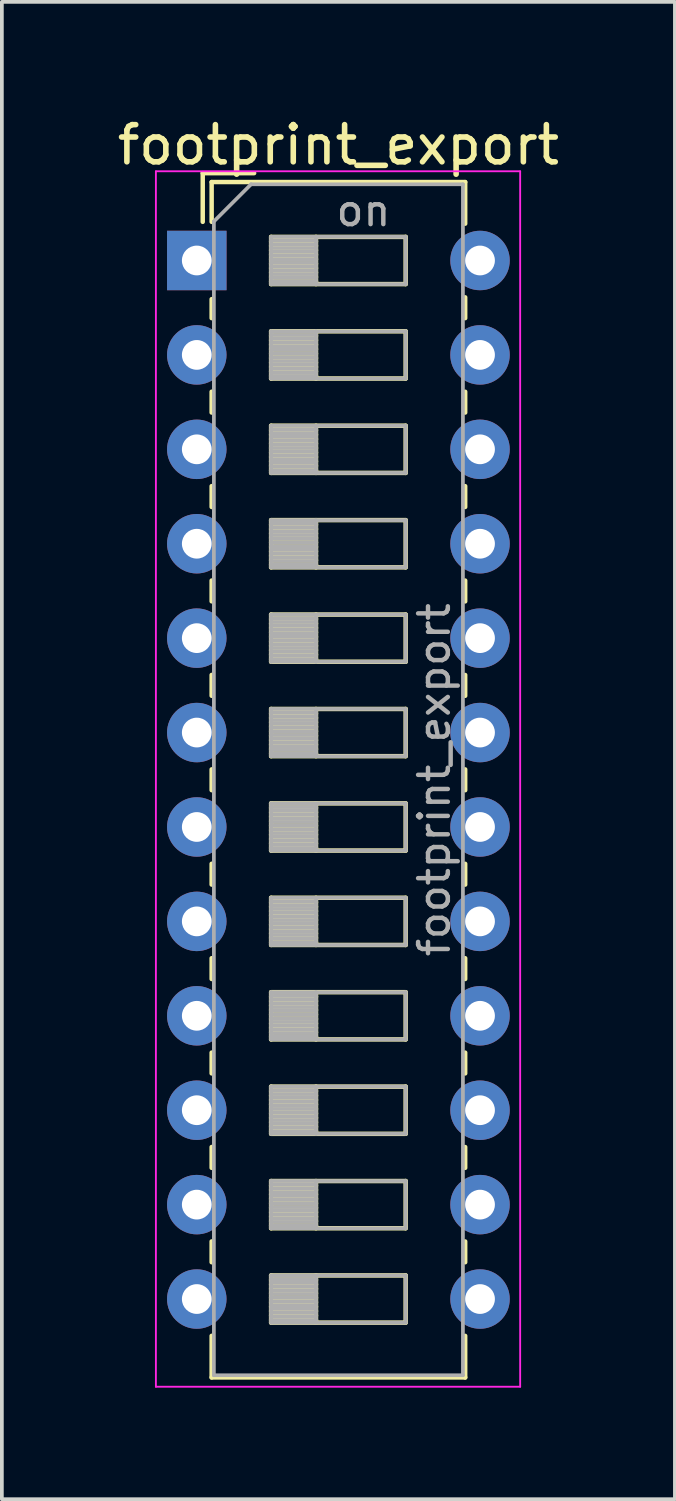
<source format=kicad_pcb>
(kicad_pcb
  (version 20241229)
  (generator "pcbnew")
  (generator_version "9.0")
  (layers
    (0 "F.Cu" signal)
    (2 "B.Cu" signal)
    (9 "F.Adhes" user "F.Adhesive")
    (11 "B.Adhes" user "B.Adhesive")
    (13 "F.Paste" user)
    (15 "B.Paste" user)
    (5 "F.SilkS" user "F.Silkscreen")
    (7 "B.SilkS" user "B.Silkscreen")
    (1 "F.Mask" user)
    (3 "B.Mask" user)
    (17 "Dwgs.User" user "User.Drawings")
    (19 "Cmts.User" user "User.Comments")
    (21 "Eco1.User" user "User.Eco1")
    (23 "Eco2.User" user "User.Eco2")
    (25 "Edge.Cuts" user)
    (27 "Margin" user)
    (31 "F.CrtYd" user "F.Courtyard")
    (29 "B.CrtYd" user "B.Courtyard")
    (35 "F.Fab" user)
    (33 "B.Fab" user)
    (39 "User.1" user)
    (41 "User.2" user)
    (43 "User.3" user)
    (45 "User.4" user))
  (footprint "footprint_export"
    (layer "F.Cu")
    (at 2.244 3.958)
    (property "Reference" "footprint_export" (at 3.81 -3.11 0) (layer "F.SilkS") (effects (font (size 1 1) (thickness 0.15))))
    (attr through_hole)
    (fp_line (start 0.16 -2.35) (end 0.16 -1.04) (stroke (width 0.12) (type solid)) (layer "F.SilkS"))
    (fp_line (start 0.16 -2.35) (end 1.543 -2.35) (stroke (width 0.12) (type solid)) (layer "F.SilkS"))
    (fp_line (start 0.4 -2.11) (end 0.4 -1.04) (stroke (width 0.12) (type solid)) (layer "F.SilkS"))
    (fp_line (start 0.4 -2.11) (end 7.221 -2.11) (stroke (width 0.12) (type solid)) (layer "F.SilkS"))
    (fp_line (start 0.4 1.04) (end 0.4 1.551) (stroke (width 0.12) (type solid)) (layer "F.SilkS"))
    (fp_line (start 0.4 3.53) (end 0.4 4.091) (stroke (width 0.12) (type solid)) (layer "F.SilkS"))
    (fp_line (start 0.4 6.07) (end 0.4 6.631) (stroke (width 0.12) (type solid)) (layer "F.SilkS"))
    (fp_line (start 0.4 8.61) (end 0.4 9.17) (stroke (width 0.12) (type solid)) (layer "F.SilkS"))
    (fp_line (start 0.4 11.15) (end 0.4 11.71) (stroke (width 0.12) (type solid)) (layer "F.SilkS"))
    (fp_line (start 0.4 13.69) (end 0.4 14.25) (stroke (width 0.12) (type solid)) (layer "F.SilkS"))
    (fp_line (start 0.4 16.23) (end 0.4 16.79) (stroke (width 0.12) (type solid)) (layer "F.SilkS"))
    (fp_line (start 0.4 18.77) (end 0.4 19.33) (stroke (width 0.12) (type solid)) (layer "F.SilkS"))
    (fp_line (start 0.4 21.31) (end 0.4 21.87) (stroke (width 0.12) (type solid)) (layer "F.SilkS"))
    (fp_line (start 0.4 23.85) (end 0.4 24.41) (stroke (width 0.12) (type solid)) (layer "F.SilkS"))
    (fp_line (start 0.4 26.39) (end 0.4 26.95) (stroke (width 0.12) (type solid)) (layer "F.SilkS"))
    (fp_line (start 0.4 28.93) (end 0.4 30.05) (stroke (width 0.12) (type solid)) (layer "F.SilkS"))
    (fp_line (start 0.4 30.05) (end 7.221 30.05) (stroke (width 0.12) (type solid)) (layer "F.SilkS"))
    (fp_line (start 2 -0.635) (end 2 0.635) (stroke (width 0.12) (type solid)) (layer "F.SilkS"))
    (fp_line (start 2 -0.515) (end 3.207 -0.515) (stroke (width 0.12) (type solid)) (layer "F.SilkS"))
    (fp_line (start 2 -0.395) (end 3.207 -0.395) (stroke (width 0.12) (type solid)) (layer "F.SilkS"))
    (fp_line (start 2 -0.275) (end 3.207 -0.275) (stroke (width 0.12) (type solid)) (layer "F.SilkS"))
    (fp_line (start 2 -0.155) (end 3.207 -0.155) (stroke (width 0.12) (type solid)) (layer "F.SilkS"))
    (fp_line (start 2 -0.035) (end 3.207 -0.035) (stroke (width 0.12) (type solid)) (layer "F.SilkS"))
    (fp_line (start 2 0.085) (end 3.207 0.085) (stroke (width 0.12) (type solid)) (layer "F.SilkS"))
    (fp_line (start 2 0.205) (end 3.207 0.205) (stroke (width 0.12) (type solid)) (layer "F.SilkS"))
    (fp_line (start 2 0.325) (end 3.207 0.325) (stroke (width 0.12) (type solid)) (layer "F.SilkS"))
    (fp_line (start 2 0.445) (end 3.207 0.445) (stroke (width 0.12) (type solid)) (layer "F.SilkS"))
    (fp_line (start 2 0.565) (end 3.207 0.565) (stroke (width 0.12) (type solid)) (layer "F.SilkS"))
    (fp_line (start 2 0.635) (end 5.62 0.635) (stroke (width 0.12) (type solid)) (layer "F.SilkS"))
    (fp_line (start 2 1.905) (end 2 3.175) (stroke (width 0.12) (type solid)) (layer "F.SilkS"))
    (fp_line (start 2 2.025) (end 3.207 2.025) (stroke (width 0.12) (type solid)) (layer "F.SilkS"))
    (fp_line (start 2 2.145) (end 3.207 2.145) (stroke (width 0.12) (type solid)) (layer "F.SilkS"))
    (fp_line (start 2 2.265) (end 3.207 2.265) (stroke (width 0.12) (type solid)) (layer "F.SilkS"))
    (fp_line (start 2 2.385) (end 3.207 2.385) (stroke (width 0.12) (type solid)) (layer "F.SilkS"))
    (fp_line (start 2 2.505) (end 3.207 2.505) (stroke (width 0.12) (type solid)) (layer "F.SilkS"))
    (fp_line (start 2 2.625) (end 3.207 2.625) (stroke (width 0.12) (type solid)) (layer "F.SilkS"))
    (fp_line (start 2 2.745) (end 3.207 2.745) (stroke (width 0.12) (type solid)) (layer "F.SilkS"))
    (fp_line (start 2 2.865) (end 3.207 2.865) (stroke (width 0.12) (type solid)) (layer "F.SilkS"))
    (fp_line (start 2 2.985) (end 3.207 2.985) (stroke (width 0.12) (type solid)) (layer "F.SilkS"))
    (fp_line (start 2 3.105) (end 3.207 3.105) (stroke (width 0.12) (type solid)) (layer "F.SilkS"))
    (fp_line (start 2 3.175) (end 5.62 3.175) (stroke (width 0.12) (type solid)) (layer "F.SilkS"))
    (fp_line (start 2 4.445) (end 2 5.715) (stroke (width 0.12) (type solid)) (layer "F.SilkS"))
    (fp_line (start 2 4.565) (end 3.207 4.565) (stroke (width 0.12) (type solid)) (layer "F.SilkS"))
    (fp_line (start 2 4.685) (end 3.207 4.685) (stroke (width 0.12) (type solid)) (layer "F.SilkS"))
    (fp_line (start 2 4.805) (end 3.207 4.805) (stroke (width 0.12) (type solid)) (layer "F.SilkS"))
    (fp_line (start 2 4.925) (end 3.207 4.925) (stroke (width 0.12) (type solid)) (layer "F.SilkS"))
    (fp_line (start 2 5.045) (end 3.207 5.045) (stroke (width 0.12) (type solid)) (layer "F.SilkS"))
    (fp_line (start 2 5.165) (end 3.207 5.165) (stroke (width 0.12) (type solid)) (layer "F.SilkS"))
    (fp_line (start 2 5.285) (end 3.207 5.285) (stroke (width 0.12) (type solid)) (layer "F.SilkS"))
    (fp_line (start 2 5.405) (end 3.207 5.405) (stroke (width 0.12) (type solid)) (layer "F.SilkS"))
    (fp_line (start 2 5.525) (end 3.207 5.525) (stroke (width 0.12) (type solid)) (layer "F.SilkS"))
    (fp_line (start 2 5.645) (end 3.207 5.645) (stroke (width 0.12) (type solid)) (layer "F.SilkS"))
    (fp_line (start 2 5.715) (end 5.62 5.715) (stroke (width 0.12) (type solid)) (layer "F.SilkS"))
    (fp_line (start 2 6.985) (end 2 8.255) (stroke (width 0.12) (type solid)) (layer "F.SilkS"))
    (fp_line (start 2 7.105) (end 3.207 7.105) (stroke (width 0.12) (type solid)) (layer "F.SilkS"))
    (fp_line (start 2 7.225) (end 3.207 7.225) (stroke (width 0.12) (type solid)) (layer "F.SilkS"))
    (fp_line (start 2 7.345) (end 3.207 7.345) (stroke (width 0.12) (type solid)) (layer "F.SilkS"))
    (fp_line (start 2 7.465) (end 3.207 7.465) (stroke (width 0.12) (type solid)) (layer "F.SilkS"))
    (fp_line (start 2 7.585) (end 3.207 7.585) (stroke (width 0.12) (type solid)) (layer "F.SilkS"))
    (fp_line (start 2 7.705) (end 3.207 7.705) (stroke (width 0.12) (type solid)) (layer "F.SilkS"))
    (fp_line (start 2 7.825) (end 3.207 7.825) (stroke (width 0.12) (type solid)) (layer "F.SilkS"))
    (fp_line (start 2 7.945) (end 3.207 7.945) (stroke (width 0.12) (type solid)) (layer "F.SilkS"))
    (fp_line (start 2 8.065) (end 3.207 8.065) (stroke (width 0.12) (type solid)) (layer "F.SilkS"))
    (fp_line (start 2 8.185) (end 3.207 8.185) (stroke (width 0.12) (type solid)) (layer "F.SilkS"))
    (fp_line (start 2 8.255) (end 5.62 8.255) (stroke (width 0.12) (type solid)) (layer "F.SilkS"))
    (fp_line (start 2 9.525) (end 2 10.795) (stroke (width 0.12) (type solid)) (layer "F.SilkS"))
    (fp_line (start 2 9.645) (end 3.207 9.645) (stroke (width 0.12) (type solid)) (layer "F.SilkS"))
    (fp_line (start 2 9.765) (end 3.207 9.765) (stroke (width 0.12) (type solid)) (layer "F.SilkS"))
    (fp_line (start 2 9.885) (end 3.207 9.885) (stroke (width 0.12) (type solid)) (layer "F.SilkS"))
    (fp_line (start 2 10.005) (end 3.207 10.005) (stroke (width 0.12) (type solid)) (layer "F.SilkS"))
    (fp_line (start 2 10.125) (end 3.207 10.125) (stroke (width 0.12) (type solid)) (layer "F.SilkS"))
    (fp_line (start 2 10.245) (end 3.207 10.245) (stroke (width 0.12) (type solid)) (layer "F.SilkS"))
    (fp_line (start 2 10.365) (end 3.207 10.365) (stroke (width 0.12) (type solid)) (layer "F.SilkS"))
    (fp_line (start 2 10.485) (end 3.207 10.485) (stroke (width 0.12) (type solid)) (layer "F.SilkS"))
    (fp_line (start 2 10.605) (end 3.207 10.605) (stroke (width 0.12) (type solid)) (layer "F.SilkS"))
    (fp_line (start 2 10.725) (end 3.207 10.725) (stroke (width 0.12) (type solid)) (layer "F.SilkS"))
    (fp_line (start 2 10.795) (end 5.62 10.795) (stroke (width 0.12) (type solid)) (layer "F.SilkS"))
    (fp_line (start 2 12.065) (end 2 13.335) (stroke (width 0.12) (type solid)) (layer "F.SilkS"))
    (fp_line (start 2 12.185) (end 3.207 12.185) (stroke (width 0.12) (type solid)) (layer "F.SilkS"))
    (fp_line (start 2 12.305) (end 3.207 12.305) (stroke (width 0.12) (type solid)) (layer "F.SilkS"))
    (fp_line (start 2 12.425) (end 3.207 12.425) (stroke (width 0.12) (type solid)) (layer "F.SilkS"))
    (fp_line (start 2 12.545) (end 3.207 12.545) (stroke (width 0.12) (type solid)) (layer "F.SilkS"))
    (fp_line (start 2 12.665) (end 3.207 12.665) (stroke (width 0.12) (type solid)) (layer "F.SilkS"))
    (fp_line (start 2 12.785) (end 3.207 12.785) (stroke (width 0.12) (type solid)) (layer "F.SilkS"))
    (fp_line (start 2 12.905) (end 3.207 12.905) (stroke (width 0.12) (type solid)) (layer "F.SilkS"))
    (fp_line (start 2 13.025) (end 3.207 13.025) (stroke (width 0.12) (type solid)) (layer "F.SilkS"))
    (fp_line (start 2 13.145) (end 3.207 13.145) (stroke (width 0.12) (type solid)) (layer "F.SilkS"))
    (fp_line (start 2 13.265) (end 3.207 13.265) (stroke (width 0.12) (type solid)) (layer "F.SilkS"))
    (fp_line (start 2 13.335) (end 5.62 13.335) (stroke (width 0.12) (type solid)) (layer "F.SilkS"))
    (fp_line (start 2 14.605) (end 2 15.875) (stroke (width 0.12) (type solid)) (layer "F.SilkS"))
    (fp_line (start 2 14.725) (end 3.207 14.725) (stroke (width 0.12) (type solid)) (layer "F.SilkS"))
    (fp_line (start 2 14.845) (end 3.207 14.845) (stroke (width 0.12) (type solid)) (layer "F.SilkS"))
    (fp_line (start 2 14.965) (end 3.207 14.965) (stroke (width 0.12) (type solid)) (layer "F.SilkS"))
    (fp_line (start 2 15.085) (end 3.207 15.085) (stroke (width 0.12) (type solid)) (layer "F.SilkS"))
    (fp_line (start 2 15.205) (end 3.207 15.205) (stroke (width 0.12) (type solid)) (layer "F.SilkS"))
    (fp_line (start 2 15.325) (end 3.207 15.325) (stroke (width 0.12) (type solid)) (layer "F.SilkS"))
    (fp_line (start 2 15.445) (end 3.207 15.445) (stroke (width 0.12) (type solid)) (layer "F.SilkS"))
    (fp_line (start 2 15.565) (end 3.207 15.565) (stroke (width 0.12) (type solid)) (layer "F.SilkS"))
    (fp_line (start 2 15.685) (end 3.207 15.685) (stroke (width 0.12) (type solid)) (layer "F.SilkS"))
    (fp_line (start 2 15.805) (end 3.207 15.805) (stroke (width 0.12) (type solid)) (layer "F.SilkS"))
    (fp_line (start 2 15.875) (end 5.62 15.875) (stroke (width 0.12) (type solid)) (layer "F.SilkS"))
    (fp_line (start 2 17.145) (end 2 18.415) (stroke (width 0.12) (type solid)) (layer "F.SilkS"))
    (fp_line (start 2 17.265) (end 3.207 17.265) (stroke (width 0.12) (type solid)) (layer "F.SilkS"))
    (fp_line (start 2 17.385) (end 3.207 17.385) (stroke (width 0.12) (type solid)) (layer "F.SilkS"))
    (fp_line (start 2 17.505) (end 3.207 17.505) (stroke (width 0.12) (type solid)) (layer "F.SilkS"))
    (fp_line (start 2 17.625) (end 3.207 17.625) (stroke (width 0.12) (type solid)) (layer "F.SilkS"))
    (fp_line (start 2 17.745) (end 3.207 17.745) (stroke (width 0.12) (type solid)) (layer "F.SilkS"))
    (fp_line (start 2 17.865) (end 3.207 17.865) (stroke (width 0.12) (type solid)) (layer "F.SilkS"))
    (fp_line (start 2 17.985) (end 3.207 17.985) (stroke (width 0.12) (type solid)) (layer "F.SilkS"))
    (fp_line (start 2 18.105) (end 3.207 18.105) (stroke (width 0.12) (type solid)) (layer "F.SilkS"))
    (fp_line (start 2 18.225) (end 3.207 18.225) (stroke (width 0.12) (type solid)) (layer "F.SilkS"))
    (fp_line (start 2 18.345) (end 3.207 18.345) (stroke (width 0.12) (type solid)) (layer "F.SilkS"))
    (fp_line (start 2 18.415) (end 5.62 18.415) (stroke (width 0.12) (type solid)) (layer "F.SilkS"))
    (fp_line (start 2 19.685) (end 2 20.955) (stroke (width 0.12) (type solid)) (layer "F.SilkS"))
    (fp_line (start 2 19.805) (end 3.207 19.805) (stroke (width 0.12) (type solid)) (layer "F.SilkS"))
    (fp_line (start 2 19.925) (end 3.207 19.925) (stroke (width 0.12) (type solid)) (layer "F.SilkS"))
    (fp_line (start 2 20.045) (end 3.207 20.045) (stroke (width 0.12) (type solid)) (layer "F.SilkS"))
    (fp_line (start 2 20.165) (end 3.207 20.165) (stroke (width 0.12) (type solid)) (layer "F.SilkS"))
    (fp_line (start 2 20.285) (end 3.207 20.285) (stroke (width 0.12) (type solid)) (layer "F.SilkS"))
    (fp_line (start 2 20.405) (end 3.207 20.405) (stroke (width 0.12) (type solid)) (layer "F.SilkS"))
    (fp_line (start 2 20.525) (end 3.207 20.525) (stroke (width 0.12) (type solid)) (layer "F.SilkS"))
    (fp_line (start 2 20.645) (end 3.207 20.645) (stroke (width 0.12) (type solid)) (layer "F.SilkS"))
    (fp_line (start 2 20.765) (end 3.207 20.765) (stroke (width 0.12) (type solid)) (layer "F.SilkS"))
    (fp_line (start 2 20.885) (end 3.207 20.885) (stroke (width 0.12) (type solid)) (layer "F.SilkS"))
    (fp_line (start 2 20.955) (end 5.62 20.955) (stroke (width 0.12) (type solid)) (layer "F.SilkS"))
    (fp_line (start 2 22.225) (end 2 23.495) (stroke (width 0.12) (type solid)) (layer "F.SilkS"))
    (fp_line (start 2 22.345) (end 3.207 22.345) (stroke (width 0.12) (type solid)) (layer "F.SilkS"))
    (fp_line (start 2 22.465) (end 3.207 22.465) (stroke (width 0.12) (type solid)) (layer "F.SilkS"))
    (fp_line (start 2 22.585) (end 3.207 22.585) (stroke (width 0.12) (type solid)) (layer "F.SilkS"))
    (fp_line (start 2 22.705) (end 3.207 22.705) (stroke (width 0.12) (type solid)) (layer "F.SilkS"))
    (fp_line (start 2 22.825) (end 3.207 22.825) (stroke (width 0.12) (type solid)) (layer "F.SilkS"))
    (fp_line (start 2 22.945) (end 3.207 22.945) (stroke (width 0.12) (type solid)) (layer "F.SilkS"))
    (fp_line (start 2 23.065) (end 3.207 23.065) (stroke (width 0.12) (type solid)) (layer "F.SilkS"))
    (fp_line (start 2 23.185) (end 3.207 23.185) (stroke (width 0.12) (type solid)) (layer "F.SilkS"))
    (fp_line (start 2 23.305) (end 3.207 23.305) (stroke (width 0.12) (type solid)) (layer "F.SilkS"))
    (fp_line (start 2 23.425) (end 3.207 23.425) (stroke (width 0.12) (type solid)) (layer "F.SilkS"))
    (fp_line (start 2 23.495) (end 5.62 23.495) (stroke (width 0.12) (type solid)) (layer "F.SilkS"))
    (fp_line (start 2 24.765) (end 2 26.035) (stroke (width 0.12) (type solid)) (layer "F.SilkS"))
    (fp_line (start 2 24.885) (end 3.207 24.885) (stroke (width 0.12) (type solid)) (layer "F.SilkS"))
    (fp_line (start 2 25.005) (end 3.207 25.005) (stroke (width 0.12) (type solid)) (layer "F.SilkS"))
    (fp_line (start 2 25.125) (end 3.207 25.125) (stroke (width 0.12) (type solid)) (layer "F.SilkS"))
    (fp_line (start 2 25.245) (end 3.207 25.245) (stroke (width 0.12) (type solid)) (layer "F.SilkS"))
    (fp_line (start 2 25.365) (end 3.207 25.365) (stroke (width 0.12) (type solid)) (layer "F.SilkS"))
    (fp_line (start 2 25.485) (end 3.207 25.485) (stroke (width 0.12) (type solid)) (layer "F.SilkS"))
    (fp_line (start 2 25.605) (end 3.207 25.605) (stroke (width 0.12) (type solid)) (layer "F.SilkS"))
    (fp_line (start 2 25.725) (end 3.207 25.725) (stroke (width 0.12) (type solid)) (layer "F.SilkS"))
    (fp_line (start 2 25.845) (end 3.207 25.845) (stroke (width 0.12) (type solid)) (layer "F.SilkS"))
    (fp_line (start 2 25.965) (end 3.207 25.965) (stroke (width 0.12) (type solid)) (layer "F.SilkS"))
    (fp_line (start 2 26.035) (end 5.62 26.035) (stroke (width 0.12) (type solid)) (layer "F.SilkS"))
    (fp_line (start 2 27.305) (end 2 28.575) (stroke (width 0.12) (type solid)) (layer "F.SilkS"))
    (fp_line (start 2 27.425) (end 3.207 27.425) (stroke (width 0.12) (type solid)) (layer "F.SilkS"))
    (fp_line (start 2 27.545) (end 3.207 27.545) (stroke (width 0.12) (type solid)) (layer "F.SilkS"))
    (fp_line (start 2 27.665) (end 3.207 27.665) (stroke (width 0.12) (type solid)) (layer "F.SilkS"))
    (fp_line (start 2 27.785) (end 3.207 27.785) (stroke (width 0.12) (type solid)) (layer "F.SilkS"))
    (fp_line (start 2 27.905) (end 3.207 27.905) (stroke (width 0.12) (type solid)) (layer "F.SilkS"))
    (fp_line (start 2 28.025) (end 3.207 28.025) (stroke (width 0.12) (type solid)) (layer "F.SilkS"))
    (fp_line (start 2 28.145) (end 3.207 28.145) (stroke (width 0.12) (type solid)) (layer "F.SilkS"))
    (fp_line (start 2 28.265) (end 3.207 28.265) (stroke (width 0.12) (type solid)) (layer "F.SilkS"))
    (fp_line (start 2 28.385) (end 3.207 28.385) (stroke (width 0.12) (type solid)) (layer "F.SilkS"))
    (fp_line (start 2 28.505) (end 3.207 28.505) (stroke (width 0.12) (type solid)) (layer "F.SilkS"))
    (fp_line (start 2 28.575) (end 5.62 28.575) (stroke (width 0.12) (type solid)) (layer "F.SilkS"))
    (fp_line (start 3.207 -0.635) (end 3.207 0.635) (stroke (width 0.12) (type solid)) (layer "F.SilkS"))
    (fp_line (start 3.207 1.905) (end 3.207 3.175) (stroke (width 0.12) (type solid)) (layer "F.SilkS"))
    (fp_line (start 3.207 4.445) (end 3.207 5.715) (stroke (width 0.12) (type solid)) (layer "F.SilkS"))
    (fp_line (start 3.207 6.985) (end 3.207 8.255) (stroke (width 0.12) (type solid)) (layer "F.SilkS"))
    (fp_line (start 3.207 9.525) (end 3.207 10.795) (stroke (width 0.12) (type solid)) (layer "F.SilkS"))
    (fp_line (start 3.207 12.065) (end 3.207 13.335) (stroke (width 0.12) (type solid)) (layer "F.SilkS"))
    (fp_line (start 3.207 14.605) (end 3.207 15.875) (stroke (width 0.12) (type solid)) (layer "F.SilkS"))
    (fp_line (start 3.207 17.145) (end 3.207 18.415) (stroke (width 0.12) (type solid)) (layer "F.SilkS"))
    (fp_line (start 3.207 19.685) (end 3.207 20.955) (stroke (width 0.12) (type solid)) (layer "F.SilkS"))
    (fp_line (start 3.207 22.225) (end 3.207 23.495) (stroke (width 0.12) (type solid)) (layer "F.SilkS"))
    (fp_line (start 3.207 24.765) (end 3.207 26.035) (stroke (width 0.12) (type solid)) (layer "F.SilkS"))
    (fp_line (start 3.207 27.305) (end 3.207 28.575) (stroke (width 0.12) (type solid)) (layer "F.SilkS"))
    (fp_line (start 5.62 -0.635) (end 2 -0.635) (stroke (width 0.12) (type solid)) (layer "F.SilkS"))
    (fp_line (start 5.62 0.635) (end 5.62 -0.635) (stroke (width 0.12) (type solid)) (layer "F.SilkS"))
    (fp_line (start 5.62 1.905) (end 2 1.905) (stroke (width 0.12) (type solid)) (layer "F.SilkS"))
    (fp_line (start 5.62 3.175) (end 5.62 1.905) (stroke (width 0.12) (type solid)) (layer "F.SilkS"))
    (fp_line (start 5.62 4.445) (end 2 4.445) (stroke (width 0.12) (type solid)) (layer "F.SilkS"))
    (fp_line (start 5.62 5.715) (end 5.62 4.445) (stroke (width 0.12) (type solid)) (layer "F.SilkS"))
    (fp_line (start 5.62 6.985) (end 2 6.985) (stroke (width 0.12) (type solid)) (layer "F.SilkS"))
    (fp_line (start 5.62 8.255) (end 5.62 6.985) (stroke (width 0.12) (type solid)) (layer "F.SilkS"))
    (fp_line (start 5.62 9.525) (end 2 9.525) (stroke (width 0.12) (type solid)) (layer "F.SilkS"))
    (fp_line (start 5.62 10.795) (end 5.62 9.525) (stroke (width 0.12) (type solid)) (layer "F.SilkS"))
    (fp_line (start 5.62 12.065) (end 2 12.065) (stroke (width 0.12) (type solid)) (layer "F.SilkS"))
    (fp_line (start 5.62 13.335) (end 5.62 12.065) (stroke (width 0.12) (type solid)) (layer "F.SilkS"))
    (fp_line (start 5.62 14.605) (end 2 14.605) (stroke (width 0.12) (type solid)) (layer "F.SilkS"))
    (fp_line (start 5.62 15.875) (end 5.62 14.605) (stroke (width 0.12) (type solid)) (layer "F.SilkS"))
    (fp_line (start 5.62 17.145) (end 2 17.145) (stroke (width 0.12) (type solid)) (layer "F.SilkS"))
    (fp_line (start 5.62 18.415) (end 5.62 17.145) (stroke (width 0.12) (type solid)) (layer "F.SilkS"))
    (fp_line (start 5.62 19.685) (end 2 19.685) (stroke (width 0.12) (type solid)) (layer "F.SilkS"))
    (fp_line (start 5.62 20.955) (end 5.62 19.685) (stroke (width 0.12) (type solid)) (layer "F.SilkS"))
    (fp_line (start 5.62 22.225) (end 2 22.225) (stroke (width 0.12) (type solid)) (layer "F.SilkS"))
    (fp_line (start 5.62 23.495) (end 5.62 22.225) (stroke (width 0.12) (type solid)) (layer "F.SilkS"))
    (fp_line (start 5.62 24.765) (end 2 24.765) (stroke (width 0.12) (type solid)) (layer "F.SilkS"))
    (fp_line (start 5.62 26.035) (end 5.62 24.765) (stroke (width 0.12) (type solid)) (layer "F.SilkS"))
    (fp_line (start 5.62 27.305) (end 2 27.305) (stroke (width 0.12) (type solid)) (layer "F.SilkS"))
    (fp_line (start 5.62 28.575) (end 5.62 27.305) (stroke (width 0.12) (type solid)) (layer "F.SilkS"))
    (fp_line (start 7.221 -2.11) (end 7.221 -0.99) (stroke (width 0.12) (type solid)) (layer "F.SilkS"))
    (fp_line (start 7.221 0.991) (end 7.221 1.551) (stroke (width 0.12) (type solid)) (layer "F.SilkS"))
    (fp_line (start 7.221 3.531) (end 7.221 4.091) (stroke (width 0.12) (type solid)) (layer "F.SilkS"))
    (fp_line (start 7.221 6.071) (end 7.221 6.631) (stroke (width 0.12) (type solid)) (layer "F.SilkS"))
    (fp_line (start 7.221 8.611) (end 7.221 9.171) (stroke (width 0.12) (type solid)) (layer "F.SilkS"))
    (fp_line (start 7.221 11.151) (end 7.221 11.711) (stroke (width 0.12) (type solid)) (layer "F.SilkS"))
    (fp_line (start 7.221 13.691) (end 7.221 14.251) (stroke (width 0.12) (type solid)) (layer "F.SilkS"))
    (fp_line (start 7.221 16.231) (end 7.221 16.791) (stroke (width 0.12) (type solid)) (layer "F.SilkS"))
    (fp_line (start 7.221 18.771) (end 7.221 19.33) (stroke (width 0.12) (type solid)) (layer "F.SilkS"))
    (fp_line (start 7.221 21.311) (end 7.221 21.87) (stroke (width 0.12) (type solid)) (layer "F.SilkS"))
    (fp_line (start 7.221 23.851) (end 7.221 24.41) (stroke (width 0.12) (type solid)) (layer "F.SilkS"))
    (fp_line (start 7.221 26.391) (end 7.221 26.95) (stroke (width 0.12) (type solid)) (layer "F.SilkS"))
    (fp_line (start 7.221 28.931) (end 7.221 30.05) (stroke (width 0.12) (type solid)) (layer "F.SilkS"))
    (fp_line (start -1.1 -2.4) (end -1.1 30.3) (stroke (width 0.05) (type solid)) (layer "F.CrtYd"))
    (fp_line (start -1.1 30.3) (end 8.7 30.3) (stroke (width 0.05) (type solid)) (layer "F.CrtYd"))
    (fp_line (start 8.7 -2.4) (end -1.1 -2.4) (stroke (width 0.05) (type solid)) (layer "F.CrtYd"))
    (fp_line (start 8.7 30.3) (end 8.7 -2.4) (stroke (width 0.05) (type solid)) (layer "F.CrtYd"))
    (fp_line (start 0.46 -1.05) (end 1.46 -2.05) (stroke (width 0.1) (type solid)) (layer "F.Fab"))
    (fp_line (start 0.46 29.99) (end 0.46 -1.05) (stroke (width 0.1) (type solid)) (layer "F.Fab"))
    (fp_line (start 1.46 -2.05) (end 7.16 -2.05) (stroke (width 0.1) (type solid)) (layer "F.Fab"))
    (fp_line (start 2 -0.635) (end 2 0.635) (stroke (width 0.1) (type solid)) (layer "F.Fab"))
    (fp_line (start 2 -0.535) (end 3.207 -0.535) (stroke (width 0.1) (type solid)) (layer "F.Fab"))
    (fp_line (start 2 -0.435) (end 3.207 -0.435) (stroke (width 0.1) (type solid)) (layer "F.Fab"))
    (fp_line (start 2 -0.335) (end 3.207 -0.335) (stroke (width 0.1) (type solid)) (layer "F.Fab"))
    (fp_line (start 2 -0.235) (end 3.207 -0.235) (stroke (width 0.1) (type solid)) (layer "F.Fab"))
    (fp_line (start 2 -0.135) (end 3.207 -0.135) (stroke (width 0.1) (type solid)) (layer "F.Fab"))
    (fp_line (start 2 -0.035) (end 3.207 -0.035) (stroke (width 0.1) (type solid)) (layer "F.Fab"))
    (fp_line (start 2 0.065) (end 3.207 0.065) (stroke (width 0.1) (type solid)) (layer "F.Fab"))
    (fp_line (start 2 0.165) (end 3.207 0.165) (stroke (width 0.1) (type solid)) (layer "F.Fab"))
    (fp_line (start 2 0.265) (end 3.207 0.265) (stroke (width 0.1) (type solid)) (layer "F.Fab"))
    (fp_line (start 2 0.365) (end 3.207 0.365) (stroke (width 0.1) (type solid)) (layer "F.Fab"))
    (fp_line (start 2 0.465) (end 3.207 0.465) (stroke (width 0.1) (type solid)) (layer "F.Fab"))
    (fp_line (start 2 0.565) (end 3.207 0.565) (stroke (width 0.1) (type solid)) (layer "F.Fab"))
    (fp_line (start 2 0.635) (end 5.62 0.635) (stroke (width 0.1) (type solid)) (layer "F.Fab"))
    (fp_line (start 2 1.905) (end 2 3.175) (stroke (width 0.1) (type solid)) (layer "F.Fab"))
    (fp_line (start 2 2.005) (end 3.207 2.005) (stroke (width 0.1) (type solid)) (layer "F.Fab"))
    (fp_line (start 2 2.105) (end 3.207 2.105) (stroke (width 0.1) (type solid)) (layer "F.Fab"))
    (fp_line (start 2 2.205) (end 3.207 2.205) (stroke (width 0.1) (type solid)) (layer "F.Fab"))
    (fp_line (start 2 2.305) (end 3.207 2.305) (stroke (width 0.1) (type solid)) (layer "F.Fab"))
    (fp_line (start 2 2.405) (end 3.207 2.405) (stroke (width 0.1) (type solid)) (layer "F.Fab"))
    (fp_line (start 2 2.505) (end 3.207 2.505) (stroke (width 0.1) (type solid)) (layer "F.Fab"))
    (fp_line (start 2 2.605) (end 3.207 2.605) (stroke (width 0.1) (type solid)) (layer "F.Fab"))
    (fp_line (start 2 2.705) (end 3.207 2.705) (stroke (width 0.1) (type solid)) (layer "F.Fab"))
    (fp_line (start 2 2.805) (end 3.207 2.805) (stroke (width 0.1) (type solid)) (layer "F.Fab"))
    (fp_line (start 2 2.905) (end 3.207 2.905) (stroke (width 0.1) (type solid)) (layer "F.Fab"))
    (fp_line (start 2 3.005) (end 3.207 3.005) (stroke (width 0.1) (type solid)) (layer "F.Fab"))
    (fp_line (start 2 3.105) (end 3.207 3.105) (stroke (width 0.1) (type solid)) (layer "F.Fab"))
    (fp_line (start 2 3.175) (end 5.62 3.175) (stroke (width 0.1) (type solid)) (layer "F.Fab"))
    (fp_line (start 2 4.445) (end 2 5.715) (stroke (width 0.1) (type solid)) (layer "F.Fab"))
    (fp_line (start 2 4.545) (end 3.207 4.545) (stroke (width 0.1) (type solid)) (layer "F.Fab"))
    (fp_line (start 2 4.645) (end 3.207 4.645) (stroke (width 0.1) (type solid)) (layer "F.Fab"))
    (fp_line (start 2 4.745) (end 3.207 4.745) (stroke (width 0.1) (type solid)) (layer "F.Fab"))
    (fp_line (start 2 4.845) (end 3.207 4.845) (stroke (width 0.1) (type solid)) (layer "F.Fab"))
    (fp_line (start 2 4.945) (end 3.207 4.945) (stroke (width 0.1) (type solid)) (layer "F.Fab"))
    (fp_line (start 2 5.045) (end 3.207 5.045) (stroke (width 0.1) (type solid)) (layer "F.Fab"))
    (fp_line (start 2 5.145) (end 3.207 5.145) (stroke (width 0.1) (type solid)) (layer "F.Fab"))
    (fp_line (start 2 5.245) (end 3.207 5.245) (stroke (width 0.1) (type solid)) (layer "F.Fab"))
    (fp_line (start 2 5.345) (end 3.207 5.345) (stroke (width 0.1) (type solid)) (layer "F.Fab"))
    (fp_line (start 2 5.445) (end 3.207 5.445) (stroke (width 0.1) (type solid)) (layer "F.Fab"))
    (fp_line (start 2 5.545) (end 3.207 5.545) (stroke (width 0.1) (type solid)) (layer "F.Fab"))
    (fp_line (start 2 5.645) (end 3.207 5.645) (stroke (width 0.1) (type solid)) (layer "F.Fab"))
    (fp_line (start 2 5.715) (end 5.62 5.715) (stroke (width 0.1) (type solid)) (layer "F.Fab"))
    (fp_line (start 2 6.985) (end 2 8.255) (stroke (width 0.1) (type solid)) (layer "F.Fab"))
    (fp_line (start 2 7.085) (end 3.207 7.085) (stroke (width 0.1) (type solid)) (layer "F.Fab"))
    (fp_line (start 2 7.185) (end 3.207 7.185) (stroke (width 0.1) (type solid)) (layer "F.Fab"))
    (fp_line (start 2 7.285) (end 3.207 7.285) (stroke (width 0.1) (type solid)) (layer "F.Fab"))
    (fp_line (start 2 7.385) (end 3.207 7.385) (stroke (width 0.1) (type solid)) (layer "F.Fab"))
    (fp_line (start 2 7.485) (end 3.207 7.485) (stroke (width 0.1) (type solid)) (layer "F.Fab"))
    (fp_line (start 2 7.585) (end 3.207 7.585) (stroke (width 0.1) (type solid)) (layer "F.Fab"))
    (fp_line (start 2 7.685) (end 3.207 7.685) (stroke (width 0.1) (type solid)) (layer "F.Fab"))
    (fp_line (start 2 7.785) (end 3.207 7.785) (stroke (width 0.1) (type solid)) (layer "F.Fab"))
    (fp_line (start 2 7.885) (end 3.207 7.885) (stroke (width 0.1) (type solid)) (layer "F.Fab"))
    (fp_line (start 2 7.985) (end 3.207 7.985) (stroke (width 0.1) (type solid)) (layer "F.Fab"))
    (fp_line (start 2 8.085) (end 3.207 8.085) (stroke (width 0.1) (type solid)) (layer "F.Fab"))
    (fp_line (start 2 8.185) (end 3.207 8.185) (stroke (width 0.1) (type solid)) (layer "F.Fab"))
    (fp_line (start 2 8.255) (end 5.62 8.255) (stroke (width 0.1) (type solid)) (layer "F.Fab"))
    (fp_line (start 2 9.525) (end 2 10.795) (stroke (width 0.1) (type solid)) (layer "F.Fab"))
    (fp_line (start 2 9.625) (end 3.207 9.625) (stroke (width 0.1) (type solid)) (layer "F.Fab"))
    (fp_line (start 2 9.725) (end 3.207 9.725) (stroke (width 0.1) (type solid)) (layer "F.Fab"))
    (fp_line (start 2 9.825) (end 3.207 9.825) (stroke (width 0.1) (type solid)) (layer "F.Fab"))
    (fp_line (start 2 9.925) (end 3.207 9.925) (stroke (width 0.1) (type solid)) (layer "F.Fab"))
    (fp_line (start 2 10.025) (end 3.207 10.025) (stroke (width 0.1) (type solid)) (layer "F.Fab"))
    (fp_line (start 2 10.125) (end 3.207 10.125) (stroke (width 0.1) (type solid)) (layer "F.Fab"))
    (fp_line (start 2 10.225) (end 3.207 10.225) (stroke (width 0.1) (type solid)) (layer "F.Fab"))
    (fp_line (start 2 10.325) (end 3.207 10.325) (stroke (width 0.1) (type solid)) (layer "F.Fab"))
    (fp_line (start 2 10.425) (end 3.207 10.425) (stroke (width 0.1) (type solid)) (layer "F.Fab"))
    (fp_line (start 2 10.525) (end 3.207 10.525) (stroke (width 0.1) (type solid)) (layer "F.Fab"))
    (fp_line (start 2 10.625) (end 3.207 10.625) (stroke (width 0.1) (type solid)) (layer "F.Fab"))
    (fp_line (start 2 10.725) (end 3.207 10.725) (stroke (width 0.1) (type solid)) (layer "F.Fab"))
    (fp_line (start 2 10.795) (end 5.62 10.795) (stroke (width 0.1) (type solid)) (layer "F.Fab"))
    (fp_line (start 2 12.065) (end 2 13.335) (stroke (width 0.1) (type solid)) (layer "F.Fab"))
    (fp_line (start 2 12.165) (end 3.207 12.165) (stroke (width 0.1) (type solid)) (layer "F.Fab"))
    (fp_line (start 2 12.265) (end 3.207 12.265) (stroke (width 0.1) (type solid)) (layer "F.Fab"))
    (fp_line (start 2 12.365) (end 3.207 12.365) (stroke (width 0.1) (type solid)) (layer "F.Fab"))
    (fp_line (start 2 12.465) (end 3.207 12.465) (stroke (width 0.1) (type solid)) (layer "F.Fab"))
    (fp_line (start 2 12.565) (end 3.207 12.565) (stroke (width 0.1) (type solid)) (layer "F.Fab"))
    (fp_line (start 2 12.665) (end 3.207 12.665) (stroke (width 0.1) (type solid)) (layer "F.Fab"))
    (fp_line (start 2 12.765) (end 3.207 12.765) (stroke (width 0.1) (type solid)) (layer "F.Fab"))
    (fp_line (start 2 12.865) (end 3.207 12.865) (stroke (width 0.1) (type solid)) (layer "F.Fab"))
    (fp_line (start 2 12.965) (end 3.207 12.965) (stroke (width 0.1) (type solid)) (layer "F.Fab"))
    (fp_line (start 2 13.065) (end 3.207 13.065) (stroke (width 0.1) (type solid)) (layer "F.Fab"))
    (fp_line (start 2 13.165) (end 3.207 13.165) (stroke (width 0.1) (type solid)) (layer "F.Fab"))
    (fp_line (start 2 13.265) (end 3.207 13.265) (stroke (width 0.1) (type solid)) (layer "F.Fab"))
    (fp_line (start 2 13.335) (end 5.62 13.335) (stroke (width 0.1) (type solid)) (layer "F.Fab"))
    (fp_line (start 2 14.605) (end 2 15.875) (stroke (width 0.1) (type solid)) (layer "F.Fab"))
    (fp_line (start 2 14.705) (end 3.207 14.705) (stroke (width 0.1) (type solid)) (layer "F.Fab"))
    (fp_line (start 2 14.805) (end 3.207 14.805) (stroke (width 0.1) (type solid)) (layer "F.Fab"))
    (fp_line (start 2 14.905) (end 3.207 14.905) (stroke (width 0.1) (type solid)) (layer "F.Fab"))
    (fp_line (start 2 15.005) (end 3.207 15.005) (stroke (width 0.1) (type solid)) (layer "F.Fab"))
    (fp_line (start 2 15.105) (end 3.207 15.105) (stroke (width 0.1) (type solid)) (layer "F.Fab"))
    (fp_line (start 2 15.205) (end 3.207 15.205) (stroke (width 0.1) (type solid)) (layer "F.Fab"))
    (fp_line (start 2 15.305) (end 3.207 15.305) (stroke (width 0.1) (type solid)) (layer "F.Fab"))
    (fp_line (start 2 15.405) (end 3.207 15.405) (stroke (width 0.1) (type solid)) (layer "F.Fab"))
    (fp_line (start 2 15.505) (end 3.207 15.505) (stroke (width 0.1) (type solid)) (layer "F.Fab"))
    (fp_line (start 2 15.605) (end 3.207 15.605) (stroke (width 0.1) (type solid)) (layer "F.Fab"))
    (fp_line (start 2 15.705) (end 3.207 15.705) (stroke (width 0.1) (type solid)) (layer "F.Fab"))
    (fp_line (start 2 15.805) (end 3.207 15.805) (stroke (width 0.1) (type solid)) (layer "F.Fab"))
    (fp_line (start 2 15.875) (end 5.62 15.875) (stroke (width 0.1) (type solid)) (layer "F.Fab"))
    (fp_line (start 2 17.145) (end 2 18.415) (stroke (width 0.1) (type solid)) (layer "F.Fab"))
    (fp_line (start 2 17.245) (end 3.207 17.245) (stroke (width 0.1) (type solid)) (layer "F.Fab"))
    (fp_line (start 2 17.345) (end 3.207 17.345) (stroke (width 0.1) (type solid)) (layer "F.Fab"))
    (fp_line (start 2 17.445) (end 3.207 17.445) (stroke (width 0.1) (type solid)) (layer "F.Fab"))
    (fp_line (start 2 17.545) (end 3.207 17.545) (stroke (width 0.1) (type solid)) (layer "F.Fab"))
    (fp_line (start 2 17.645) (end 3.207 17.645) (stroke (width 0.1) (type solid)) (layer "F.Fab"))
    (fp_line (start 2 17.745) (end 3.207 17.745) (stroke (width 0.1) (type solid)) (layer "F.Fab"))
    (fp_line (start 2 17.845) (end 3.207 17.845) (stroke (width 0.1) (type solid)) (layer "F.Fab"))
    (fp_line (start 2 17.945) (end 3.207 17.945) (stroke (width 0.1) (type solid)) (layer "F.Fab"))
    (fp_line (start 2 18.045) (end 3.207 18.045) (stroke (width 0.1) (type solid)) (layer "F.Fab"))
    (fp_line (start 2 18.145) (end 3.207 18.145) (stroke (width 0.1) (type solid)) (layer "F.Fab"))
    (fp_line (start 2 18.245) (end 3.207 18.245) (stroke (width 0.1) (type solid)) (layer "F.Fab"))
    (fp_line (start 2 18.345) (end 3.207 18.345) (stroke (width 0.1) (type solid)) (layer "F.Fab"))
    (fp_line (start 2 18.415) (end 5.62 18.415) (stroke (width 0.1) (type solid)) (layer "F.Fab"))
    (fp_line (start 2 19.685) (end 2 20.955) (stroke (width 0.1) (type solid)) (layer "F.Fab"))
    (fp_line (start 2 19.785) (end 3.207 19.785) (stroke (width 0.1) (type solid)) (layer "F.Fab"))
    (fp_line (start 2 19.885) (end 3.207 19.885) (stroke (width 0.1) (type solid)) (layer "F.Fab"))
    (fp_line (start 2 19.985) (end 3.207 19.985) (stroke (width 0.1) (type solid)) (layer "F.Fab"))
    (fp_line (start 2 20.085) (end 3.207 20.085) (stroke (width 0.1) (type solid)) (layer "F.Fab"))
    (fp_line (start 2 20.185) (end 3.207 20.185) (stroke (width 0.1) (type solid)) (layer "F.Fab"))
    (fp_line (start 2 20.285) (end 3.207 20.285) (stroke (width 0.1) (type solid)) (layer "F.Fab"))
    (fp_line (start 2 20.385) (end 3.207 20.385) (stroke (width 0.1) (type solid)) (layer "F.Fab"))
    (fp_line (start 2 20.485) (end 3.207 20.485) (stroke (width 0.1) (type solid)) (layer "F.Fab"))
    (fp_line (start 2 20.585) (end 3.207 20.585) (stroke (width 0.1) (type solid)) (layer "F.Fab"))
    (fp_line (start 2 20.685) (end 3.207 20.685) (stroke (width 0.1) (type solid)) (layer "F.Fab"))
    (fp_line (start 2 20.785) (end 3.207 20.785) (stroke (width 0.1) (type solid)) (layer "F.Fab"))
    (fp_line (start 2 20.885) (end 3.207 20.885) (stroke (width 0.1) (type solid)) (layer "F.Fab"))
    (fp_line (start 2 20.955) (end 5.62 20.955) (stroke (width 0.1) (type solid)) (layer "F.Fab"))
    (fp_line (start 2 22.225) (end 2 23.495) (stroke (width 0.1) (type solid)) (layer "F.Fab"))
    (fp_line (start 2 22.325) (end 3.207 22.325) (stroke (width 0.1) (type solid)) (layer "F.Fab"))
    (fp_line (start 2 22.425) (end 3.207 22.425) (stroke (width 0.1) (type solid)) (layer "F.Fab"))
    (fp_line (start 2 22.525) (end 3.207 22.525) (stroke (width 0.1) (type solid)) (layer "F.Fab"))
    (fp_line (start 2 22.625) (end 3.207 22.625) (stroke (width 0.1) (type solid)) (layer "F.Fab"))
    (fp_line (start 2 22.725) (end 3.207 22.725) (stroke (width 0.1) (type solid)) (layer "F.Fab"))
    (fp_line (start 2 22.825) (end 3.207 22.825) (stroke (width 0.1) (type solid)) (layer "F.Fab"))
    (fp_line (start 2 22.925) (end 3.207 22.925) (stroke (width 0.1) (type solid)) (layer "F.Fab"))
    (fp_line (start 2 23.025) (end 3.207 23.025) (stroke (width 0.1) (type solid)) (layer "F.Fab"))
    (fp_line (start 2 23.125) (end 3.207 23.125) (stroke (width 0.1) (type solid)) (layer "F.Fab"))
    (fp_line (start 2 23.225) (end 3.207 23.225) (stroke (width 0.1) (type solid)) (layer "F.Fab"))
    (fp_line (start 2 23.325) (end 3.207 23.325) (stroke (width 0.1) (type solid)) (layer "F.Fab"))
    (fp_line (start 2 23.425) (end 3.207 23.425) (stroke (width 0.1) (type solid)) (layer "F.Fab"))
    (fp_line (start 2 23.495) (end 5.62 23.495) (stroke (width 0.1) (type solid)) (layer "F.Fab"))
    (fp_line (start 2 24.765) (end 2 26.035) (stroke (width 0.1) (type solid)) (layer "F.Fab"))
    (fp_line (start 2 24.865) (end 3.207 24.865) (stroke (width 0.1) (type solid)) (layer "F.Fab"))
    (fp_line (start 2 24.965) (end 3.207 24.965) (stroke (width 0.1) (type solid)) (layer "F.Fab"))
    (fp_line (start 2 25.065) (end 3.207 25.065) (stroke (width 0.1) (type solid)) (layer "F.Fab"))
    (fp_line (start 2 25.165) (end 3.207 25.165) (stroke (width 0.1) (type solid)) (layer "F.Fab"))
    (fp_line (start 2 25.265) (end 3.207 25.265) (stroke (width 0.1) (type solid)) (layer "F.Fab"))
    (fp_line (start 2 25.365) (end 3.207 25.365) (stroke (width 0.1) (type solid)) (layer "F.Fab"))
    (fp_line (start 2 25.465) (end 3.207 25.465) (stroke (width 0.1) (type solid)) (layer "F.Fab"))
    (fp_line (start 2 25.565) (end 3.207 25.565) (stroke (width 0.1) (type solid)) (layer "F.Fab"))
    (fp_line (start 2 25.665) (end 3.207 25.665) (stroke (width 0.1) (type solid)) (layer "F.Fab"))
    (fp_line (start 2 25.765) (end 3.207 25.765) (stroke (width 0.1) (type solid)) (layer "F.Fab"))
    (fp_line (start 2 25.865) (end 3.207 25.865) (stroke (width 0.1) (type solid)) (layer "F.Fab"))
    (fp_line (start 2 25.965) (end 3.207 25.965) (stroke (width 0.1) (type solid)) (layer "F.Fab"))
    (fp_line (start 2 26.035) (end 5.62 26.035) (stroke (width 0.1) (type solid)) (layer "F.Fab"))
    (fp_line (start 2 27.305) (end 2 28.575) (stroke (width 0.1) (type solid)) (layer "F.Fab"))
    (fp_line (start 2 27.405) (end 3.207 27.405) (stroke (width 0.1) (type solid)) (layer "F.Fab"))
    (fp_line (start 2 27.505) (end 3.207 27.505) (stroke (width 0.1) (type solid)) (layer "F.Fab"))
    (fp_line (start 2 27.605) (end 3.207 27.605) (stroke (width 0.1) (type solid)) (layer "F.Fab"))
    (fp_line (start 2 27.705) (end 3.207 27.705) (stroke (width 0.1) (type solid)) (layer "F.Fab"))
    (fp_line (start 2 27.805) (end 3.207 27.805) (stroke (width 0.1) (type solid)) (layer "F.Fab"))
    (fp_line (start 2 27.905) (end 3.207 27.905) (stroke (width 0.1) (type solid)) (layer "F.Fab"))
    (fp_line (start 2 28.005) (end 3.207 28.005) (stroke (width 0.1) (type solid)) (layer "F.Fab"))
    (fp_line (start 2 28.105) (end 3.207 28.105) (stroke (width 0.1) (type solid)) (layer "F.Fab"))
    (fp_line (start 2 28.205) (end 3.207 28.205) (stroke (width 0.1) (type solid)) (layer "F.Fab"))
    (fp_line (start 2 28.305) (end 3.207 28.305) (stroke (width 0.1) (type solid)) (layer "F.Fab"))
    (fp_line (start 2 28.405) (end 3.207 28.405) (stroke (width 0.1) (type solid)) (layer "F.Fab"))
    (fp_line (start 2 28.505) (end 3.207 28.505) (stroke (width 0.1) (type solid)) (layer "F.Fab"))
    (fp_line (start 2 28.575) (end 5.62 28.575) (stroke (width 0.1) (type solid)) (layer "F.Fab"))
    (fp_line (start 3.207 -0.635) (end 3.207 0.635) (stroke (width 0.1) (type solid)) (layer "F.Fab"))
    (fp_line (start 3.207 1.905) (end 3.207 3.175) (stroke (width 0.1) (type solid)) (layer "F.Fab"))
    (fp_line (start 3.207 4.445) (end 3.207 5.715) (stroke (width 0.1) (type solid)) (layer "F.Fab"))
    (fp_line (start 3.207 6.985) (end 3.207 8.255) (stroke (width 0.1) (type solid)) (layer "F.Fab"))
    (fp_line (start 3.207 9.525) (end 3.207 10.795) (stroke (width 0.1) (type solid)) (layer "F.Fab"))
    (fp_line (start 3.207 12.065) (end 3.207 13.335) (stroke (width 0.1) (type solid)) (layer "F.Fab"))
    (fp_line (start 3.207 14.605) (end 3.207 15.875) (stroke (width 0.1) (type solid)) (layer "F.Fab"))
    (fp_line (start 3.207 17.145) (end 3.207 18.415) (stroke (width 0.1) (type solid)) (layer "F.Fab"))
    (fp_line (start 3.207 19.685) (end 3.207 20.955) (stroke (width 0.1) (type solid)) (layer "F.Fab"))
    (fp_line (start 3.207 22.225) (end 3.207 23.495) (stroke (width 0.1) (type solid)) (layer "F.Fab"))
    (fp_line (start 3.207 24.765) (end 3.207 26.035) (stroke (width 0.1) (type solid)) (layer "F.Fab"))
    (fp_line (start 3.207 27.305) (end 3.207 28.575) (stroke (width 0.1) (type solid)) (layer "F.Fab"))
    (fp_line (start 5.62 -0.635) (end 2 -0.635) (stroke (width 0.1) (type solid)) (layer "F.Fab"))
    (fp_line (start 5.62 0.635) (end 5.62 -0.635) (stroke (width 0.1) (type solid)) (layer "F.Fab"))
    (fp_line (start 5.62 1.905) (end 2 1.905) (stroke (width 0.1) (type solid)) (layer "F.Fab"))
    (fp_line (start 5.62 3.175) (end 5.62 1.905) (stroke (width 0.1) (type solid)) (layer "F.Fab"))
    (fp_line (start 5.62 4.445) (end 2 4.445) (stroke (width 0.1) (type solid)) (layer "F.Fab"))
    (fp_line (start 5.62 5.715) (end 5.62 4.445) (stroke (width 0.1) (type solid)) (layer "F.Fab"))
    (fp_line (start 5.62 6.985) (end 2 6.985) (stroke (width 0.1) (type solid)) (layer "F.Fab"))
    (fp_line (start 5.62 8.255) (end 5.62 6.985) (stroke (width 0.1) (type solid)) (layer "F.Fab"))
    (fp_line (start 5.62 9.525) (end 2 9.525) (stroke (width 0.1) (type solid)) (layer "F.Fab"))
    (fp_line (start 5.62 10.795) (end 5.62 9.525) (stroke (width 0.1) (type solid)) (layer "F.Fab"))
    (fp_line (start 5.62 12.065) (end 2 12.065) (stroke (width 0.1) (type solid)) (layer "F.Fab"))
    (fp_line (start 5.62 13.335) (end 5.62 12.065) (stroke (width 0.1) (type solid)) (layer "F.Fab"))
    (fp_line (start 5.62 14.605) (end 2 14.605) (stroke (width 0.1) (type solid)) (layer "F.Fab"))
    (fp_line (start 5.62 15.875) (end 5.62 14.605) (stroke (width 0.1) (type solid)) (layer "F.Fab"))
    (fp_line (start 5.62 17.145) (end 2 17.145) (stroke (width 0.1) (type solid)) (layer "F.Fab"))
    (fp_line (start 5.62 18.415) (end 5.62 17.145) (stroke (width 0.1) (type solid)) (layer "F.Fab"))
    (fp_line (start 5.62 19.685) (end 2 19.685) (stroke (width 0.1) (type solid)) (layer "F.Fab"))
    (fp_line (start 5.62 20.955) (end 5.62 19.685) (stroke (width 0.1) (type solid)) (layer "F.Fab"))
    (fp_line (start 5.62 22.225) (end 2 22.225) (stroke (width 0.1) (type solid)) (layer "F.Fab"))
    (fp_line (start 5.62 23.495) (end 5.62 22.225) (stroke (width 0.1) (type solid)) (layer "F.Fab"))
    (fp_line (start 5.62 24.765) (end 2 24.765) (stroke (width 0.1) (type solid)) (layer "F.Fab"))
    (fp_line (start 5.62 26.035) (end 5.62 24.765) (stroke (width 0.1) (type solid)) (layer "F.Fab"))
    (fp_line (start 5.62 27.305) (end 2 27.305) (stroke (width 0.1) (type solid)) (layer "F.Fab"))
    (fp_line (start 5.62 28.575) (end 5.62 27.305) (stroke (width 0.1) (type solid)) (layer "F.Fab"))
    (fp_line (start 7.16 -2.05) (end 7.16 29.99) (stroke (width 0.1) (type solid)) (layer "F.Fab"))
    (fp_line (start 7.16 29.99) (end 0.46 29.99) (stroke (width 0.1) (type solid)) (layer "F.Fab"))
    (fp_text user "on" (at 4.485 -1.343 0) (layer "F.Fab") (effects (font (size 0.8 0.8) (thickness 0.12))))
    (fp_text user "${REFERENCE}" (at 6.39 13.97 90) (layer "F.Fab") (effects (font (size 0.8 0.8) (thickness 0.12))))
    (pad "1" thru_hole rect (at 0 0) (size 1.6 1.6) (drill 0.8) (layers "*.Cu" "*.Mask"))
    (pad "2" thru_hole oval (at 0 2.54) (size 1.6 1.6) (drill 0.8) (layers "*.Cu" "*.Mask"))
    (pad "3" thru_hole oval (at 0 5.08) (size 1.6 1.6) (drill 0.8) (layers "*.Cu" "*.Mask"))
    (pad "4" thru_hole oval (at 0 7.62) (size 1.6 1.6) (drill 0.8) (layers "*.Cu" "*.Mask"))
    (pad "5" thru_hole oval (at 0 10.16) (size 1.6 1.6) (drill 0.8) (layers "*.Cu" "*.Mask"))
    (pad "6" thru_hole oval (at 0 12.7) (size 1.6 1.6) (drill 0.8) (layers "*.Cu" "*.Mask"))
    (pad "7" thru_hole oval (at 0 15.24) (size 1.6 1.6) (drill 0.8) (layers "*.Cu" "*.Mask"))
    (pad "8" thru_hole oval (at 0 17.78) (size 1.6 1.6) (drill 0.8) (layers "*.Cu" "*.Mask"))
    (pad "9" thru_hole oval (at 0 20.32) (size 1.6 1.6) (drill 0.8) (layers "*.Cu" "*.Mask"))
    (pad "10" thru_hole oval (at 0 22.86) (size 1.6 1.6) (drill 0.8) (layers "*.Cu" "*.Mask"))
    (pad "11" thru_hole oval (at 0 25.4) (size 1.6 1.6) (drill 0.8) (layers "*.Cu" "*.Mask"))
    (pad "12" thru_hole oval (at 0 27.94) (size 1.6 1.6) (drill 0.8) (layers "*.Cu" "*.Mask"))
    (pad "13" thru_hole oval (at 7.62 27.94) (size 1.6 1.6) (drill 0.8) (layers "*.Cu" "*.Mask"))
    (pad "14" thru_hole oval (at 7.62 25.4) (size 1.6 1.6) (drill 0.8) (layers "*.Cu" "*.Mask"))
    (pad "15" thru_hole oval (at 7.62 22.86) (size 1.6 1.6) (drill 0.8) (layers "*.Cu" "*.Mask"))
    (pad "16" thru_hole oval (at 7.62 20.32) (size 1.6 1.6) (drill 0.8) (layers "*.Cu" "*.Mask"))
    (pad "17" thru_hole oval (at 7.62 17.78) (size 1.6 1.6) (drill 0.8) (layers "*.Cu" "*.Mask"))
    (pad "18" thru_hole oval (at 7.62 15.24) (size 1.6 1.6) (drill 0.8) (layers "*.Cu" "*.Mask"))
    (pad "19" thru_hole oval (at 7.62 12.7) (size 1.6 1.6) (drill 0.8) (layers "*.Cu" "*.Mask"))
    (pad "20" thru_hole oval (at 7.62 10.16) (size 1.6 1.6) (drill 0.8) (layers "*.Cu" "*.Mask"))
    (pad "21" thru_hole oval (at 7.62 7.62) (size 1.6 1.6) (drill 0.8) (layers "*.Cu" "*.Mask"))
    (pad "22" thru_hole oval (at 7.62 5.08) (size 1.6 1.6) (drill 0.8) (layers "*.Cu" "*.Mask"))
    (pad "23" thru_hole oval (at 7.62 2.54) (size 1.6 1.6) (drill 0.8) (layers "*.Cu" "*.Mask"))
    (pad "24" thru_hole oval (at 7.62 0) (size 1.6 1.6) (drill 0.8) (layers "*.Cu" "*.Mask")))
  (gr_rect
    (start -3 -3)
    (end 15.107 37.283)
    (stroke (width 0.1) (type default))
    (fill no)
    (layer "Edge.Cuts")))
</source>
